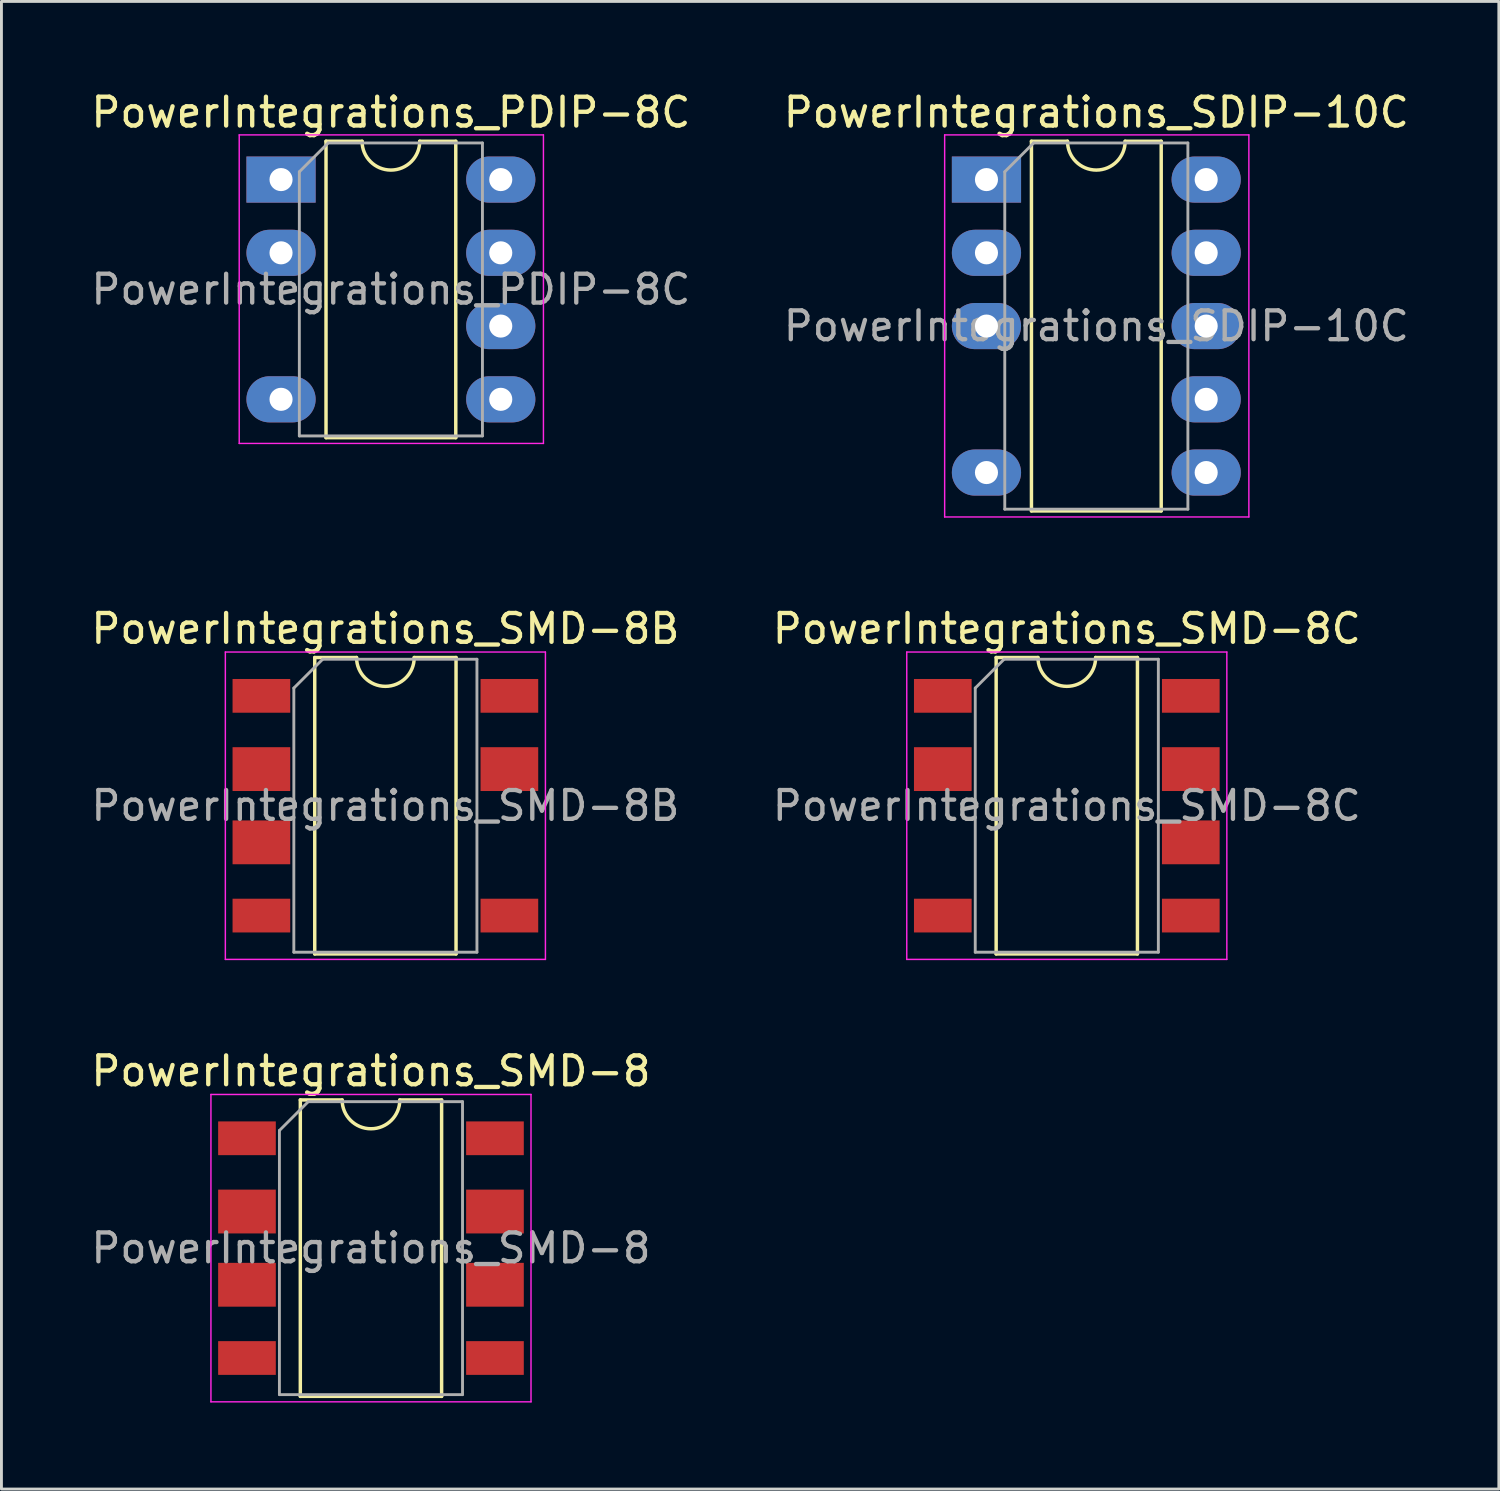
<source format=kicad_pcb>
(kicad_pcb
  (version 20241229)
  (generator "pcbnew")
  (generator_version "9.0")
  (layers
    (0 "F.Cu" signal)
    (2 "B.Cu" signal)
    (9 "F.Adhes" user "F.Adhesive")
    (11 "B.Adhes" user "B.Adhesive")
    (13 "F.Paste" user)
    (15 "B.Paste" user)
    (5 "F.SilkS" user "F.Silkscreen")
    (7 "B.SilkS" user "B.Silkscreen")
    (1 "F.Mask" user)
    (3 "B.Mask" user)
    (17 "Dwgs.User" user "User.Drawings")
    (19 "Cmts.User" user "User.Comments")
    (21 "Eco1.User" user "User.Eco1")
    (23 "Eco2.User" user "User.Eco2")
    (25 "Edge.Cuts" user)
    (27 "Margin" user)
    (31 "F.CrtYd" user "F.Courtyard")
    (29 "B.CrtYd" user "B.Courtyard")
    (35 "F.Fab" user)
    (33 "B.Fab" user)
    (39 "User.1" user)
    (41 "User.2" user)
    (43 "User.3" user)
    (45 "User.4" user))
  (footprint "PowerIntegrations_SMD-8C"
    (layer "F.Cu")
    (at 33.946 24.892)
    (property "Reference" "PowerIntegrations_SMD-8C" (at 0 -6.14 0) (layer "F.SilkS") (effects (font (size 1 1) (thickness 0.15))))
    (attr smd)
    (fp_line (start -2.45 -5.14) (end -2.45 5.14) (stroke (width 0.12) (type solid)) (layer "F.SilkS"))
    (fp_line (start -2.45 5.14) (end 2.45 5.14) (stroke (width 0.12) (type solid)) (layer "F.SilkS"))
    (fp_line (start -1 -5.14) (end -2.45 -5.14) (stroke (width 0.12) (type solid)) (layer "F.SilkS"))
    (fp_line (start 2.45 -5.14) (end 1 -5.14) (stroke (width 0.12) (type solid)) (layer "F.SilkS"))
    (fp_line (start 2.45 5.14) (end 2.45 -5.14) (stroke (width 0.12) (type solid)) (layer "F.SilkS"))
    (fp_arc (start 1 -5.14) (mid 0 -4.14) (end -1 -5.14) (stroke (width 0.12) (type solid)) (layer "F.SilkS"))
    (fp_line (start -5.55 -5.33) (end -5.55 5.33) (stroke (width 0.05) (type solid)) (layer "F.CrtYd"))
    (fp_line (start -5.55 -5.33) (end 5.55 -5.33) (stroke (width 0.05) (type solid)) (layer "F.CrtYd"))
    (fp_line (start 5.55 5.33) (end -5.55 5.33) (stroke (width 0.05) (type solid)) (layer "F.CrtYd"))
    (fp_line (start 5.55 5.33) (end 5.55 -5.33) (stroke (width 0.05) (type solid)) (layer "F.CrtYd"))
    (fp_line (start -3.175 -4.08) (end -2.175 -5.08) (stroke (width 0.1) (type solid)) (layer "F.Fab"))
    (fp_line (start -3.175 5.08) (end -3.175 -4.08) (stroke (width 0.1) (type solid)) (layer "F.Fab"))
    (fp_line (start -2.175 -5.08) (end 3.175 -5.08) (stroke (width 0.1) (type solid)) (layer "F.Fab"))
    (fp_line (start 3.175 -5.08) (end 3.175 5.08) (stroke (width 0.1) (type solid)) (layer "F.Fab"))
    (fp_line (start 3.175 5.08) (end -3.175 5.08) (stroke (width 0.1) (type solid)) (layer "F.Fab"))
    (fp_text user "${REFERENCE}" (at 0 0 0) (layer "F.Fab") (effects (font (size 1 1) (thickness 0.15))))
    (pad "1" smd rect (at -4.3 -3.81) (size 2 1.17) (layers "F.Cu" "F.Mask" "F.Paste"))
    (pad "2" smd rect (at -4.3 -1.27) (size 2 1.52) (layers "F.Cu" "F.Mask" "F.Paste"))
    (pad "4" smd rect (at -4.3 3.81) (size 2 1.17) (layers "F.Cu" "F.Mask" "F.Paste"))
    (pad "5" smd rect (at 4.3 3.81) (size 2 1.17) (layers "F.Cu" "F.Mask" "F.Paste"))
    (pad "6" smd rect (at 4.3 1.27) (size 2 1.52) (layers "F.Cu" "F.Mask" "F.Paste"))
    (pad "7" smd rect (at 4.3 -1.27) (size 2 1.52) (layers "F.Cu" "F.Mask" "F.Paste"))
    (pad "8" smd rect (at 4.3 -3.81) (size 2 1.17) (layers "F.Cu" "F.Mask" "F.Paste")))
  (footprint "PowerIntegrations_SMD-8B"
    (layer "F.Cu")
    (at 10.315 24.892)
    (property "Reference" "PowerIntegrations_SMD-8B" (at 0 -6.14 0) (layer "F.SilkS") (effects (font (size 1 1) (thickness 0.15))))
    (attr smd)
    (fp_line (start -2.45 -5.14) (end -2.45 5.14) (stroke (width 0.12) (type solid)) (layer "F.SilkS"))
    (fp_line (start -2.45 5.14) (end 2.45 5.14) (stroke (width 0.12) (type solid)) (layer "F.SilkS"))
    (fp_line (start -1 -5.14) (end -2.45 -5.14) (stroke (width 0.12) (type solid)) (layer "F.SilkS"))
    (fp_line (start 2.45 -5.14) (end 1 -5.14) (stroke (width 0.12) (type solid)) (layer "F.SilkS"))
    (fp_line (start 2.45 5.14) (end 2.45 -5.14) (stroke (width 0.12) (type solid)) (layer "F.SilkS"))
    (fp_arc (start 1 -5.14) (mid 0 -4.14) (end -1 -5.14) (stroke (width 0.12) (type solid)) (layer "F.SilkS"))
    (fp_line (start -5.55 -5.33) (end -5.55 5.33) (stroke (width 0.05) (type solid)) (layer "F.CrtYd"))
    (fp_line (start -5.55 -5.33) (end 5.55 -5.33) (stroke (width 0.05) (type solid)) (layer "F.CrtYd"))
    (fp_line (start 5.55 5.33) (end -5.55 5.33) (stroke (width 0.05) (type solid)) (layer "F.CrtYd"))
    (fp_line (start 5.55 5.33) (end 5.55 -5.33) (stroke (width 0.05) (type solid)) (layer "F.CrtYd"))
    (fp_line (start -3.175 -4.08) (end -2.175 -5.08) (stroke (width 0.1) (type solid)) (layer "F.Fab"))
    (fp_line (start -3.175 5.08) (end -3.175 -4.08) (stroke (width 0.1) (type solid)) (layer "F.Fab"))
    (fp_line (start -2.175 -5.08) (end 3.175 -5.08) (stroke (width 0.1) (type solid)) (layer "F.Fab"))
    (fp_line (start 3.175 -5.08) (end 3.175 5.08) (stroke (width 0.1) (type solid)) (layer "F.Fab"))
    (fp_line (start 3.175 5.08) (end -3.175 5.08) (stroke (width 0.1) (type solid)) (layer "F.Fab"))
    (fp_text user "${REFERENCE}" (at 0 0 0) (layer "F.Fab") (effects (font (size 1 1) (thickness 0.15))))
    (pad "1" smd rect (at -4.3 -3.81) (size 2 1.17) (layers "F.Cu" "F.Mask" "F.Paste"))
    (pad "2" smd rect (at -4.3 -1.27) (size 2 1.52) (layers "F.Cu" "F.Mask" "F.Paste"))
    (pad "3" smd rect (at -4.3 1.27) (size 2 1.52) (layers "F.Cu" "F.Mask" "F.Paste"))
    (pad "4" smd rect (at -4.3 3.81) (size 2 1.17) (layers "F.Cu" "F.Mask" "F.Paste"))
    (pad "5" smd rect (at 4.3 3.81) (size 2 1.17) (layers "F.Cu" "F.Mask" "F.Paste"))
    (pad "7" smd rect (at 4.3 -1.27) (size 2 1.52) (layers "F.Cu" "F.Mask" "F.Paste"))
    (pad "8" smd rect (at 4.3 -3.81) (size 2 1.17) (layers "F.Cu" "F.Mask" "F.Paste")))
  (footprint "PowerIntegrations_SMD-8"
    (layer "F.Cu")
    (at 9.815 40.235)
    (property "Reference" "PowerIntegrations_SMD-8" (at 0 -6.14 0) (layer "F.SilkS") (effects (font (size 1 1) (thickness 0.15))))
    (attr smd)
    (fp_line (start -2.45 -5.14) (end -2.45 5.14) (stroke (width 0.12) (type solid)) (layer "F.SilkS"))
    (fp_line (start -2.45 5.14) (end 2.45 5.14) (stroke (width 0.12) (type solid)) (layer "F.SilkS"))
    (fp_line (start -1 -5.14) (end -2.45 -5.14) (stroke (width 0.12) (type solid)) (layer "F.SilkS"))
    (fp_line (start 2.45 -5.14) (end 1 -5.14) (stroke (width 0.12) (type solid)) (layer "F.SilkS"))
    (fp_line (start 2.45 5.14) (end 2.45 -5.14) (stroke (width 0.12) (type solid)) (layer "F.SilkS"))
    (fp_arc (start 1 -5.14) (mid 0 -4.14) (end -1 -5.14) (stroke (width 0.12) (type solid)) (layer "F.SilkS"))
    (fp_line (start -5.55 -5.33) (end -5.55 5.33) (stroke (width 0.05) (type solid)) (layer "F.CrtYd"))
    (fp_line (start -5.55 -5.33) (end 5.55 -5.33) (stroke (width 0.05) (type solid)) (layer "F.CrtYd"))
    (fp_line (start 5.55 5.33) (end -5.55 5.33) (stroke (width 0.05) (type solid)) (layer "F.CrtYd"))
    (fp_line (start 5.55 5.33) (end 5.55 -5.33) (stroke (width 0.05) (type solid)) (layer "F.CrtYd"))
    (fp_line (start -3.175 -4.08) (end -2.175 -5.08) (stroke (width 0.1) (type solid)) (layer "F.Fab"))
    (fp_line (start -3.175 5.08) (end -3.175 -4.08) (stroke (width 0.1) (type solid)) (layer "F.Fab"))
    (fp_line (start -2.175 -5.08) (end 3.175 -5.08) (stroke (width 0.1) (type solid)) (layer "F.Fab"))
    (fp_line (start 3.175 -5.08) (end 3.175 5.08) (stroke (width 0.1) (type solid)) (layer "F.Fab"))
    (fp_line (start 3.175 5.08) (end -3.175 5.08) (stroke (width 0.1) (type solid)) (layer "F.Fab"))
    (fp_text user "${REFERENCE}" (at 0 0 0) (layer "F.Fab") (effects (font (size 1 1) (thickness 0.15))))
    (pad "1" smd rect (at -4.3 -3.81) (size 2 1.17) (layers "F.Cu" "F.Mask" "F.Paste"))
    (pad "2" smd rect (at -4.3 -1.27) (size 2 1.52) (layers "F.Cu" "F.Mask" "F.Paste"))
    (pad "3" smd rect (at -4.3 1.27) (size 2 1.52) (layers "F.Cu" "F.Mask" "F.Paste"))
    (pad "4" smd rect (at -4.3 3.81) (size 2 1.17) (layers "F.Cu" "F.Mask" "F.Paste"))
    (pad "5" smd rect (at 4.3 3.81) (size 2 1.17) (layers "F.Cu" "F.Mask" "F.Paste"))
    (pad "6" smd rect (at 4.3 1.27) (size 2 1.52) (layers "F.Cu" "F.Mask" "F.Paste"))
    (pad "7" smd rect (at 4.3 -1.27) (size 2 1.52) (layers "F.Cu" "F.Mask" "F.Paste"))
    (pad "8" smd rect (at 4.3 -3.81) (size 2 1.17) (layers "F.Cu" "F.Mask" "F.Paste")))
  (footprint "PowerIntegrations_SDIP-10C"
    (layer "F.Cu")
    (at 31.16 3.178)
    (property "Reference" "PowerIntegrations_SDIP-10C" (at 3.81 -2.33 0) (layer "F.SilkS") (effects (font (size 1 1) (thickness 0.15))))
    (attr through_hole)
    (fp_line (start 1.56 -1.33) (end 1.56 11.49) (stroke (width 0.12) (type solid)) (layer "F.SilkS"))
    (fp_line (start 1.56 11.49) (end 6.06 11.49) (stroke (width 0.12) (type solid)) (layer "F.SilkS"))
    (fp_line (start 2.81 -1.33) (end 1.56 -1.33) (stroke (width 0.12) (type solid)) (layer "F.SilkS"))
    (fp_line (start 6.06 -1.33) (end 4.81 -1.33) (stroke (width 0.12) (type solid)) (layer "F.SilkS"))
    (fp_line (start 6.06 11.49) (end 6.06 -1.33) (stroke (width 0.12) (type solid)) (layer "F.SilkS"))
    (fp_arc (start 4.81 -1.33) (mid 3.81 -0.33) (end 2.81 -1.33) (stroke (width 0.12) (type solid)) (layer "F.SilkS"))
    (fp_line (start -1.45 -1.55) (end -1.45 11.7) (stroke (width 0.05) (type solid)) (layer "F.CrtYd"))
    (fp_line (start -1.45 11.7) (end 9.1 11.7) (stroke (width 0.05) (type solid)) (layer "F.CrtYd"))
    (fp_line (start 9.1 -1.55) (end -1.45 -1.55) (stroke (width 0.05) (type solid)) (layer "F.CrtYd"))
    (fp_line (start 9.1 11.7) (end 9.1 -1.55) (stroke (width 0.05) (type solid)) (layer "F.CrtYd"))
    (fp_line (start 0.635 -0.27) (end 1.635 -1.27) (stroke (width 0.1) (type solid)) (layer "F.Fab"))
    (fp_line (start 0.635 11.43) (end 0.635 -0.27) (stroke (width 0.1) (type solid)) (layer "F.Fab"))
    (fp_line (start 1.635 -1.27) (end 6.985 -1.27) (stroke (width 0.1) (type solid)) (layer "F.Fab"))
    (fp_line (start 6.985 -1.27) (end 6.985 11.43) (stroke (width 0.1) (type solid)) (layer "F.Fab"))
    (fp_line (start 6.985 11.43) (end 0.635 11.43) (stroke (width 0.1) (type solid)) (layer "F.Fab"))
    (fp_text user "${REFERENCE}" (at 3.81 5.08 0) (layer "F.Fab") (effects (font (size 1 1) (thickness 0.15))))
    (pad "1" thru_hole rect (at 0 0) (size 2.4 1.6) (drill 0.8) (layers "*.Cu" "*.Mask"))
    (pad "2" thru_hole oval (at 0 2.54) (size 2.4 1.6) (drill 0.8) (layers "*.Cu" "*.Mask"))
    (pad "3" thru_hole oval (at 0 5.08) (size 2.4 1.6) (drill 0.8) (layers "*.Cu" "*.Mask"))
    (pad "5" thru_hole oval (at 0 10.16) (size 2.4 1.6) (drill 0.8) (layers "*.Cu" "*.Mask"))
    (pad "6" thru_hole oval (at 7.62 10.16) (size 2.4 1.6) (drill 0.8) (layers "*.Cu" "*.Mask"))
    (pad "7" thru_hole oval (at 7.62 7.62) (size 2.4 1.6) (drill 0.8) (layers "*.Cu" "*.Mask"))
    (pad "8" thru_hole oval (at 7.62 5.08) (size 2.4 1.6) (drill 0.8) (layers "*.Cu" "*.Mask"))
    (pad "9" thru_hole oval (at 7.62 2.54) (size 2.4 1.6) (drill 0.8) (layers "*.Cu" "*.Mask"))
    (pad "10" thru_hole oval (at 7.62 0) (size 2.4 1.6) (drill 0.8) (layers "*.Cu" "*.Mask")))
  (footprint "PowerIntegrations_PDIP-8C"
    (layer "F.Cu")
    (at 6.696 3.178)
    (property "Reference" "PowerIntegrations_PDIP-8C" (at 3.81 -2.33 0) (layer "F.SilkS") (effects (font (size 1 1) (thickness 0.15))))
    (attr through_hole)
    (fp_line (start 1.56 -1.33) (end 1.56 8.95) (stroke (width 0.12) (type solid)) (layer "F.SilkS"))
    (fp_line (start 1.56 8.95) (end 6.06 8.95) (stroke (width 0.12) (type solid)) (layer "F.SilkS"))
    (fp_line (start 2.81 -1.33) (end 1.56 -1.33) (stroke (width 0.12) (type solid)) (layer "F.SilkS"))
    (fp_line (start 6.06 -1.33) (end 4.81 -1.33) (stroke (width 0.12) (type solid)) (layer "F.SilkS"))
    (fp_line (start 6.06 8.95) (end 6.06 -1.33) (stroke (width 0.12) (type solid)) (layer "F.SilkS"))
    (fp_arc (start 4.81 -1.33) (mid 3.81 -0.33) (end 2.81 -1.33) (stroke (width 0.12) (type solid)) (layer "F.SilkS"))
    (fp_line (start -1.45 -1.55) (end -1.45 9.15) (stroke (width 0.05) (type solid)) (layer "F.CrtYd"))
    (fp_line (start -1.45 9.15) (end 9.1 9.15) (stroke (width 0.05) (type solid)) (layer "F.CrtYd"))
    (fp_line (start 9.1 -1.55) (end -1.45 -1.55) (stroke (width 0.05) (type solid)) (layer "F.CrtYd"))
    (fp_line (start 9.1 9.15) (end 9.1 -1.55) (stroke (width 0.05) (type solid)) (layer "F.CrtYd"))
    (fp_line (start 0.635 -0.27) (end 1.635 -1.27) (stroke (width 0.1) (type solid)) (layer "F.Fab"))
    (fp_line (start 0.635 8.89) (end 0.635 -0.27) (stroke (width 0.1) (type solid)) (layer "F.Fab"))
    (fp_line (start 1.635 -1.27) (end 6.985 -1.27) (stroke (width 0.1) (type solid)) (layer "F.Fab"))
    (fp_line (start 6.985 -1.27) (end 6.985 8.89) (stroke (width 0.1) (type solid)) (layer "F.Fab"))
    (fp_line (start 6.985 8.89) (end 0.635 8.89) (stroke (width 0.1) (type solid)) (layer "F.Fab"))
    (fp_text user "${REFERENCE}" (at 3.81 3.81 0) (layer "F.Fab") (effects (font (size 1 1) (thickness 0.15))))
    (pad "1" thru_hole rect (at 0 0) (size 2.4 1.6) (drill 0.8) (layers "*.Cu" "*.Mask"))
    (pad "2" thru_hole oval (at 0 2.54) (size 2.4 1.6) (drill 0.8) (layers "*.Cu" "*.Mask"))
    (pad "4" thru_hole oval (at 0 7.62) (size 2.4 1.6) (drill 0.8) (layers "*.Cu" "*.Mask"))
    (pad "5" thru_hole oval (at 7.62 7.62) (size 2.4 1.6) (drill 0.8) (layers "*.Cu" "*.Mask"))
    (pad "6" thru_hole oval (at 7.62 5.08) (size 2.4 1.6) (drill 0.8) (layers "*.Cu" "*.Mask"))
    (pad "7" thru_hole oval (at 7.62 2.54) (size 2.4 1.6) (drill 0.8) (layers "*.Cu" "*.Mask"))
    (pad "8" thru_hole oval (at 7.62 0) (size 2.4 1.6) (drill 0.8) (layers "*.Cu" "*.Mask")))
  (gr_rect
    (start -3 -3)
    (end 48.929 48.59)
    (stroke (width 0.1) (type default))
    (fill no)
    (layer "Edge.Cuts")))
</source>
